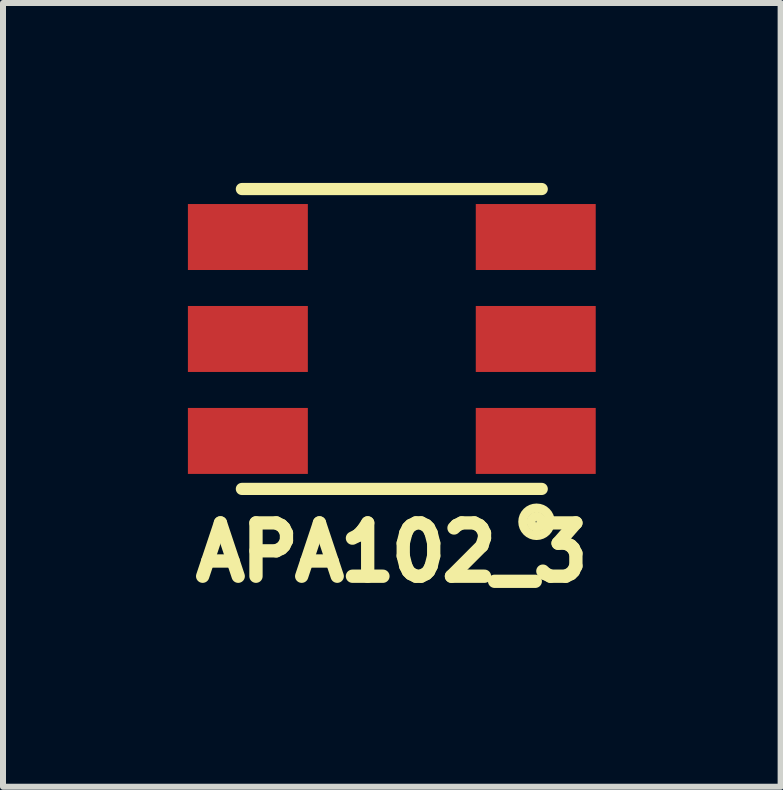
<source format=kicad_pcb>
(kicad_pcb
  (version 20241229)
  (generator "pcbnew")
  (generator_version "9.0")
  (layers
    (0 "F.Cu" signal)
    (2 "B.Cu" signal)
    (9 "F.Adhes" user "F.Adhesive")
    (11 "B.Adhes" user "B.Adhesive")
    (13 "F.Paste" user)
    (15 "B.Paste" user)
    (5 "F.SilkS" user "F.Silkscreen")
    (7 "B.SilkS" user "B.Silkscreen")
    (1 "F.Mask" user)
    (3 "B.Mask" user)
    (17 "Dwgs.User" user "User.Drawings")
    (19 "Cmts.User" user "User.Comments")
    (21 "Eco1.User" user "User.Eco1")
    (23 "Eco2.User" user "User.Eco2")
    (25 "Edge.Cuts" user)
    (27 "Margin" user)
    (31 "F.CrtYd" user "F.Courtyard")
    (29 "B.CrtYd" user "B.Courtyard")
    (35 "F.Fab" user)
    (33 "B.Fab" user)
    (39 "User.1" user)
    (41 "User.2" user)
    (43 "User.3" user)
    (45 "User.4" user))
  (footprint "APA102_3"
    (layer "F.Cu")
    (at 3.483 2.602)
    (property "Reference" "APA102_3" (at 0 3.556 0) (layer "F.SilkS") (effects (font (size 0.889 0.889) (thickness 0.222))))
    (attr through_hole)
    (fp_line (start -2.5 -2.5) (end 2.5 -2.5) (stroke (width 0.203) (type solid)) (layer "F.SilkS"))
    (fp_line (start -2.5 2.5) (end 2.5 2.5) (stroke (width 0.203) (type solid)) (layer "F.SilkS"))
    (fp_circle (center 2.413 3.048) (end 2.477 3.111) (stroke (width 0.15) (type solid)) (fill no) (layer "F.SilkS"))
    (fp_circle (center 2.413 3.048) (end 2.54 3.239) (stroke (width 0.15) (type solid)) (fill no) (layer "F.SilkS"))
    (pad "1" smd rect (at 2.4 1.7) (size 2 1.1) (layers "F.Cu" "F.Mask" "F.Paste"))
    (pad "2" smd rect (at 2.4 0) (size 2 1.1) (layers "F.Cu" "F.Mask" "F.Paste"))
    (pad "3" smd rect (at 2.4 -1.7) (size 2 1.1) (layers "F.Cu" "F.Mask" "F.Paste"))
    (pad "4" smd rect (at -2.4 -1.7 180) (size 2 1.1) (layers "F.Cu" "F.Mask" "F.Paste"))
    (pad "5" smd rect (at -2.4 0 180) (size 2 1.1) (layers "F.Cu" "F.Mask" "F.Paste"))
    (pad "6" smd rect (at -2.4 1.7 180) (size 2 1.1) (layers "F.Cu" "F.Mask" "F.Paste")))
  (gr_rect
    (start -3 -3)
    (end 9.966 10.068)
    (stroke (width 0.1) (type default))
    (fill no)
    (layer "Edge.Cuts")))
</source>
